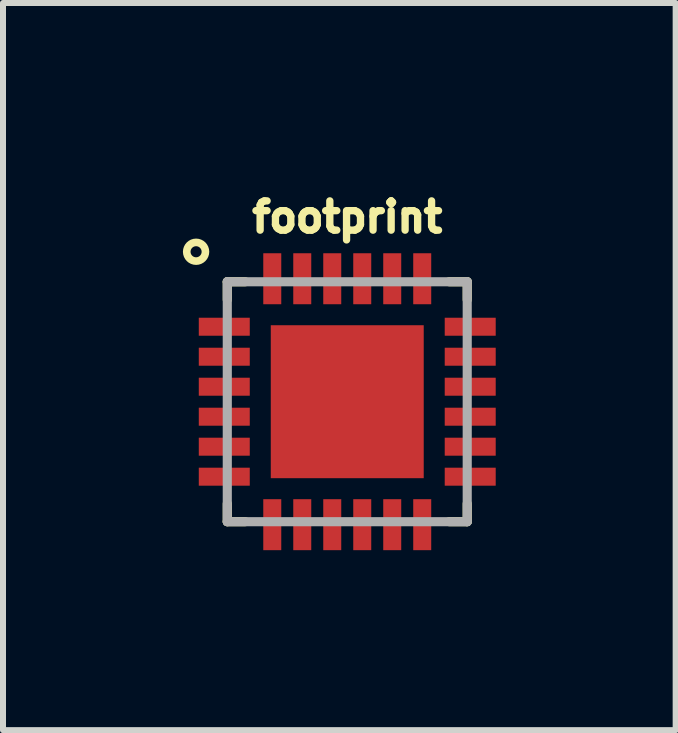
<source format=kicad_pcb>
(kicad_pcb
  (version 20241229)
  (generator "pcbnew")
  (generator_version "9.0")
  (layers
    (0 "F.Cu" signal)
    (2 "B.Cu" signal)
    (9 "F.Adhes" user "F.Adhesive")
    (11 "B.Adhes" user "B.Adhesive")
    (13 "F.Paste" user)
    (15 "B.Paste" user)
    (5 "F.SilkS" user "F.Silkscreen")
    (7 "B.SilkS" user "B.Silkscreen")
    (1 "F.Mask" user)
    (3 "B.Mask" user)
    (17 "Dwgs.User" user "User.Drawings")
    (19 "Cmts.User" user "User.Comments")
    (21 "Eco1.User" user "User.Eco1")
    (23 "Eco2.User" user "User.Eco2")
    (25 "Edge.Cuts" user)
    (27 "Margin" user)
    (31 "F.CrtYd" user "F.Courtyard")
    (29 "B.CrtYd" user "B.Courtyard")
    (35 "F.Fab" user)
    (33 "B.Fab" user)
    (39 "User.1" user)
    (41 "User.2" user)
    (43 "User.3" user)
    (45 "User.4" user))
  (footprint "footprint"
    (layer "F.Cu")
    (at 2.739 3.647)
    (property "Reference" "footprint" (at 0 -2.794 0) (layer "F.SilkS") (effects (font (size 0.488 0.488) (thickness 0.122)) (justify bottom)))
    (fp_line (start -2 -2) (end -2 -1.7) (stroke (width 0.152) (type solid)) (layer "F.SilkS"))
    (fp_line (start -2 2) (end -2 1.7) (stroke (width 0.152) (type solid)) (layer "F.SilkS"))
    (fp_line (start -2 2) (end -1.7 2) (stroke (width 0.152) (type solid)) (layer "F.SilkS"))
    (fp_line (start -1.7 -2) (end -2 -2) (stroke (width 0.152) (type solid)) (layer "F.SilkS"))
    (fp_line (start 2 -2) (end 1.7 -2) (stroke (width 0.152) (type solid)) (layer "F.SilkS"))
    (fp_line (start 2 -1.7) (end 2 -2) (stroke (width 0.152) (type solid)) (layer "F.SilkS"))
    (fp_line (start 2 2) (end 1.7 2) (stroke (width 0.152) (type solid)) (layer "F.SilkS"))
    (fp_line (start 2 2) (end 2 1.7) (stroke (width 0.152) (type solid)) (layer "F.SilkS"))
    (fp_circle (center -2.52 -2.5) (end -2.364 -2.5) (stroke (width 0.127) (type solid)) (fill no) (layer "F.SilkS"))
    (fp_poly (pts (xy -1.655 -1.125) (xy -2.445 -1.125) (xy -2.445 -1.375) (xy -1.655 -1.375)) (stroke (width 0) (type solid)) (fill yes) (layer "F.Paste"))
    (fp_poly (pts (xy -1.655 -0.625) (xy -2.445 -0.625) (xy -2.445 -0.875) (xy -1.655 -0.875)) (stroke (width 0) (type solid)) (fill yes) (layer "F.Paste"))
    (fp_poly (pts (xy -1.655 -0.125) (xy -2.445 -0.125) (xy -2.445 -0.375) (xy -1.655 -0.375)) (stroke (width 0) (type solid)) (fill yes) (layer "F.Paste"))
    (fp_poly (pts (xy -1.655 0.375) (xy -2.445 0.375) (xy -2.445 0.125) (xy -1.655 0.125)) (stroke (width 0) (type solid)) (fill yes) (layer "F.Paste"))
    (fp_poly (pts (xy -1.655 0.875) (xy -2.445 0.875) (xy -2.445 0.625) (xy -1.655 0.625)) (stroke (width 0) (type solid)) (fill yes) (layer "F.Paste"))
    (fp_poly (pts (xy -1.655 1.375) (xy -2.445 1.375) (xy -2.445 1.125) (xy -1.655 1.125)) (stroke (width 0) (type solid)) (fill yes) (layer "F.Paste"))
    (fp_poly (pts (xy -1.125 -1.655) (xy -1.375 -1.655) (xy -1.375 -2.445) (xy -1.125 -2.445)) (stroke (width 0) (type solid)) (fill yes) (layer "F.Paste"))
    (fp_poly (pts (xy -1.125 2.445) (xy -1.375 2.445) (xy -1.375 1.655) (xy -1.125 1.655)) (stroke (width 0) (type solid)) (fill yes) (layer "F.Paste"))
    (fp_poly (pts (xy -0.625 -1.655) (xy -0.875 -1.655) (xy -0.875 -2.445) (xy -0.625 -2.445)) (stroke (width 0) (type solid)) (fill yes) (layer "F.Paste"))
    (fp_poly (pts (xy -0.625 2.445) (xy -0.875 2.445) (xy -0.875 1.655) (xy -0.625 1.655)) (stroke (width 0) (type solid)) (fill yes) (layer "F.Paste"))
    (fp_poly (pts (xy -0.186 -0.186) (xy -1.063 -0.186) (xy -1.063 -1.063) (xy -0.186 -1.063)) (stroke (width 0) (type solid)) (fill yes) (layer "F.Paste"))
    (fp_poly (pts (xy -0.186 1.063) (xy -1.063 1.063) (xy -1.063 0.186) (xy -0.186 0.186)) (stroke (width 0) (type solid)) (fill yes) (layer "F.Paste"))
    (fp_poly (pts (xy -0.125 -1.655) (xy -0.375 -1.655) (xy -0.375 -2.445) (xy -0.125 -2.445)) (stroke (width 0) (type solid)) (fill yes) (layer "F.Paste"))
    (fp_poly (pts (xy -0.125 2.445) (xy -0.375 2.445) (xy -0.375 1.655) (xy -0.125 1.655)) (stroke (width 0) (type solid)) (fill yes) (layer "F.Paste"))
    (fp_poly (pts (xy 0.375 -1.655) (xy 0.125 -1.655) (xy 0.125 -2.445) (xy 0.375 -2.445)) (stroke (width 0) (type solid)) (fill yes) (layer "F.Paste"))
    (fp_poly (pts (xy 0.375 2.445) (xy 0.125 2.445) (xy 0.125 1.655) (xy 0.375 1.655)) (stroke (width 0) (type solid)) (fill yes) (layer "F.Paste"))
    (fp_poly (pts (xy 0.875 -1.655) (xy 0.625 -1.655) (xy 0.625 -2.445) (xy 0.875 -2.445)) (stroke (width 0) (type solid)) (fill yes) (layer "F.Paste"))
    (fp_poly (pts (xy 0.875 2.445) (xy 0.625 2.445) (xy 0.625 1.655) (xy 0.875 1.655)) (stroke (width 0) (type solid)) (fill yes) (layer "F.Paste"))
    (fp_poly (pts (xy 1.063 -0.186) (xy 0.186 -0.186) (xy 0.186 -1.063) (xy 1.063 -1.063)) (stroke (width 0) (type solid)) (fill yes) (layer "F.Paste"))
    (fp_poly (pts (xy 1.063 1.063) (xy 0.186 1.063) (xy 0.186 0.186) (xy 1.063 0.186)) (stroke (width 0) (type solid)) (fill yes) (layer "F.Paste"))
    (fp_poly (pts (xy 1.375 -1.655) (xy 1.125 -1.655) (xy 1.125 -2.445) (xy 1.375 -2.445)) (stroke (width 0) (type solid)) (fill yes) (layer "F.Paste"))
    (fp_poly (pts (xy 1.375 2.445) (xy 1.125 2.445) (xy 1.125 1.655) (xy 1.375 1.655)) (stroke (width 0) (type solid)) (fill yes) (layer "F.Paste"))
    (fp_poly (pts (xy 2.445 -1.125) (xy 1.655 -1.125) (xy 1.655 -1.375) (xy 2.445 -1.375)) (stroke (width 0) (type solid)) (fill yes) (layer "F.Paste"))
    (fp_poly (pts (xy 2.445 -0.625) (xy 1.655 -0.625) (xy 1.655 -0.875) (xy 2.445 -0.875)) (stroke (width 0) (type solid)) (fill yes) (layer "F.Paste"))
    (fp_poly (pts (xy 2.445 -0.125) (xy 1.655 -0.125) (xy 1.655 -0.375) (xy 2.445 -0.375)) (stroke (width 0) (type solid)) (fill yes) (layer "F.Paste"))
    (fp_poly (pts (xy 2.445 0.375) (xy 1.655 0.375) (xy 1.655 0.125) (xy 2.445 0.125)) (stroke (width 0) (type solid)) (fill yes) (layer "F.Paste"))
    (fp_poly (pts (xy 2.445 0.875) (xy 1.655 0.875) (xy 1.655 0.625) (xy 2.445 0.625)) (stroke (width 0) (type solid)) (fill yes) (layer "F.Paste"))
    (fp_poly (pts (xy 2.445 1.375) (xy 1.655 1.375) (xy 1.655 1.125) (xy 2.445 1.125)) (stroke (width 0) (type solid)) (fill yes) (layer "F.Paste"))
    (fp_line (start -2 -2) (end 2 -2) (stroke (width 0.152) (type solid)) (layer "F.Fab"))
    (fp_line (start -2 2) (end -2 -2) (stroke (width 0.152) (type solid)) (layer "F.Fab"))
    (fp_line (start 2 -2) (end 2 2) (stroke (width 0.152) (type solid)) (layer "F.Fab"))
    (fp_line (start 2 2) (end -2 2) (stroke (width 0.152) (type solid)) (layer "F.Fab"))
    (pad "1" smd rect (at -2.05 -1.25 270) (size 0.3 0.85) (layers "F.Cu" "F.Mask"))
    (pad "2" smd rect (at -2.05 -0.75 270) (size 0.3 0.85) (layers "F.Cu" "F.Mask"))
    (pad "3" smd rect (at -2.05 -0.25 270) (size 0.3 0.85) (layers "F.Cu" "F.Mask"))
    (pad "4" smd rect (at -2.05 0.25 270) (size 0.3 0.85) (layers "F.Cu" "F.Mask"))
    (pad "5" smd rect (at -2.05 0.75 270) (size 0.3 0.85) (layers "F.Cu" "F.Mask"))
    (pad "6" smd rect (at -2.05 1.25 270) (size 0.3 0.85) (layers "F.Cu" "F.Mask"))
    (pad "7" smd rect (at -1.25 2.05) (size 0.3 0.85) (layers "F.Cu" "F.Mask"))
    (pad "8" smd rect (at -0.75 2.05) (size 0.3 0.85) (layers "F.Cu" "F.Mask"))
    (pad "9" smd rect (at -0.25 2.05) (size 0.3 0.85) (layers "F.Cu" "F.Mask"))
    (pad "10" smd rect (at 0.25 2.05) (size 0.3 0.85) (layers "F.Cu" "F.Mask"))
    (pad "11" smd rect (at 0.75 2.05) (size 0.3 0.85) (layers "F.Cu" "F.Mask"))
    (pad "12" smd rect (at 1.25 2.05) (size 0.3 0.85) (layers "F.Cu" "F.Mask"))
    (pad "13" smd rect (at 2.05 1.25 90) (size 0.3 0.85) (layers "F.Cu" "F.Mask"))
    (pad "14" smd rect (at 2.05 0.75 90) (size 0.3 0.85) (layers "F.Cu" "F.Mask"))
    (pad "15" smd rect (at 2.05 0.25 90) (size 0.3 0.85) (layers "F.Cu" "F.Mask"))
    (pad "16" smd rect (at 2.05 -0.25 90) (size 0.3 0.85) (layers "F.Cu" "F.Mask"))
    (pad "17" smd rect (at 2.05 -0.75 90) (size 0.3 0.85) (layers "F.Cu" "F.Mask"))
    (pad "18" smd rect (at 2.05 -1.25 90) (size 0.3 0.85) (layers "F.Cu" "F.Mask"))
    (pad "19" smd rect (at 1.25 -2.05 180) (size 0.3 0.85) (layers "F.Cu" "F.Mask"))
    (pad "20" smd rect (at 0.75 -2.05 180) (size 0.3 0.85) (layers "F.Cu" "F.Mask"))
    (pad "21" smd rect (at 0.25 -2.05 180) (size 0.3 0.85) (layers "F.Cu" "F.Mask"))
    (pad "22" smd rect (at -0.25 -2.05 180) (size 0.3 0.85) (layers "F.Cu" "F.Mask"))
    (pad "23" smd rect (at -0.75 -2.05 180) (size 0.3 0.85) (layers "F.Cu" "F.Mask"))
    (pad "24" smd rect (at -1.25 -2.05 180) (size 0.3 0.85) (layers "F.Cu" "F.Mask"))
    (pad "PAD" smd rect (at 0 0) (size 2.55 2.55) (layers "F.Cu" "F.Mask")))
  (gr_rect
    (start -3 -3)
    (end 8.214 9.122)
    (stroke (width 0.1) (type default))
    (fill no)
    (layer "Edge.Cuts")))
</source>
